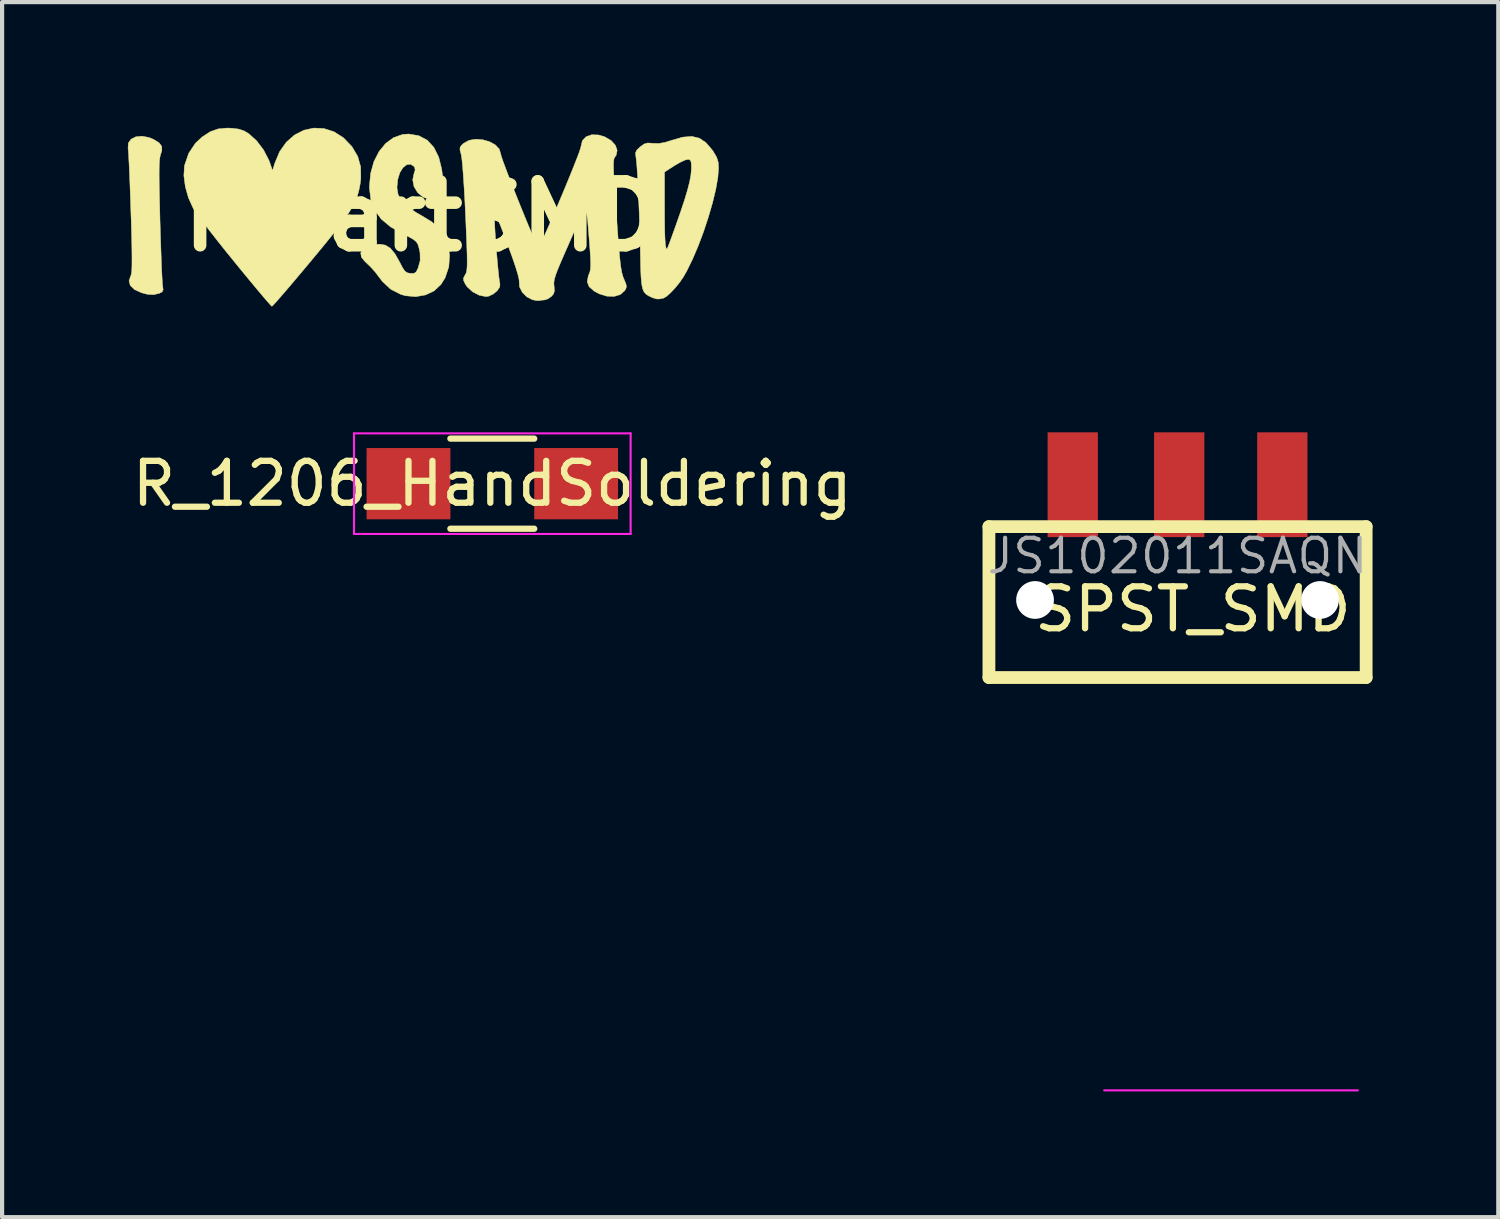
<source format=kicad_pcb>
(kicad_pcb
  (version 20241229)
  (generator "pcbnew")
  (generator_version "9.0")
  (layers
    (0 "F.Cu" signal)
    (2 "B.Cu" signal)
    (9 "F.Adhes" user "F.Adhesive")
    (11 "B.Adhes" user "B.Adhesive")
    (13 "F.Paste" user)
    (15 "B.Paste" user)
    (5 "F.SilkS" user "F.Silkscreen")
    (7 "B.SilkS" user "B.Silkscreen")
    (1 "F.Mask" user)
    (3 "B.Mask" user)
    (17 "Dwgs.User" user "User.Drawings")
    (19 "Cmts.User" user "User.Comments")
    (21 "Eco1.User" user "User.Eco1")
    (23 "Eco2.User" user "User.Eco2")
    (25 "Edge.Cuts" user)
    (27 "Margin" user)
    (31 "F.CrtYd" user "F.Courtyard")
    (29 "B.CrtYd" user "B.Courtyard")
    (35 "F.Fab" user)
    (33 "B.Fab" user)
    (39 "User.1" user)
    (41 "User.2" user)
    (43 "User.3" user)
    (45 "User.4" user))
  (footprint "IheartSMD"
    (layer "F.Cu")
    (at 7.022 2.112)
    (property "Reference" "IheartSMD" (at 0 0 0) (layer "F.SilkS") (effects (font (size 1.524 1.524) (thickness 0.3))))
    (attr through_hole)
    (fp_poly (pts (xy -6.519 -1.882) (xy -6.409 -1.837) (xy -6.277 -1.755) (xy -6.213 -1.671) (xy -6.211 -1.568) (xy -6.237 -1.486) (xy -6.251 -1.439) (xy -6.262 -1.373) (xy -6.27 -1.28) (xy -6.274 -1.153) (xy -6.275 -0.984) (xy -6.273 -0.765) (xy -6.268 -0.487) (xy -6.26 -0.144) (xy -6.255 0.078) (xy -6.245 0.411) (xy -6.235 0.724) (xy -6.225 1.008) (xy -6.216 1.252) (xy -6.206 1.448) (xy -6.198 1.585) (xy -6.192 1.65) (xy -6.18 1.749) (xy -6.201 1.8) (xy -6.267 1.835) (xy -6.27 1.836) (xy -6.406 1.869) (xy -6.553 1.86) (xy -6.692 1.824) (xy -6.863 1.747) (xy -6.964 1.65) (xy -6.993 1.535) (xy -6.949 1.411) (xy -6.937 1.371) (xy -6.928 1.294) (xy -6.924 1.172) (xy -6.923 1) (xy -6.925 0.771) (xy -6.931 0.48) (xy -6.941 0.119) (xy -6.948 -0.084) (xy -6.959 -0.414) (xy -6.97 -0.725) (xy -6.981 -1.005) (xy -6.992 -1.245) (xy -7.002 -1.435) (xy -7.01 -1.566) (xy -7.017 -1.626) (xy -7.01 -1.75) (xy -6.944 -1.842) (xy -6.831 -1.898) (xy -6.684 -1.913) (xy -6.519 -1.882)) (stroke (width 0.01) (type solid)) (fill yes) (layer "F.SilkS"))
    (fp_poly (pts (xy -2.344 -2.096) (xy -2.105 -2.02) (xy -1.879 -1.877) (xy -1.676 -1.665) (xy -1.672 -1.66) (xy -1.536 -1.429) (xy -1.467 -1.18) (xy -1.463 -0.9) (xy -1.48 -0.766) (xy -1.507 -0.63) (xy -1.541 -0.503) (xy -1.588 -0.378) (xy -1.653 -0.246) (xy -1.74 -0.101) (xy -1.854 0.066) (xy -2.001 0.263) (xy -2.185 0.496) (xy -2.411 0.773) (xy -2.656 1.068) (xy -2.864 1.317) (xy -3.056 1.545) (xy -3.227 1.746) (xy -3.372 1.914) (xy -3.483 2.041) (xy -3.557 2.121) (xy -3.585 2.147) (xy -3.616 2.118) (xy -3.69 2.034) (xy -3.802 1.904) (xy -3.945 1.734) (xy -4.114 1.53) (xy -4.303 1.301) (xy -4.474 1.091) (xy -4.683 0.834) (xy -4.881 0.585) (xy -5.061 0.355) (xy -5.217 0.151) (xy -5.342 -0.016) (xy -5.428 -0.139) (xy -5.463 -0.194) (xy -5.576 -0.443) (xy -5.651 -0.71) (xy -5.685 -0.971) (xy -5.672 -1.201) (xy -5.668 -1.219) (xy -5.57 -1.504) (xy -5.41 -1.745) (xy -5.252 -1.892) (xy -5.057 -2.019) (xy -4.867 -2.087) (xy -4.65 -2.107) (xy -4.549 -2.103) (xy -4.38 -2.083) (xy -4.251 -2.041) (xy -4.136 -1.972) (xy -3.949 -1.803) (xy -3.783 -1.584) (xy -3.657 -1.341) (xy -3.638 -1.291) (xy -3.569 -1.093) (xy -3.519 -1.26) (xy -3.401 -1.543) (xy -3.24 -1.771) (xy -3.044 -1.942) (xy -2.823 -2.055) (xy -2.586 -2.107) (xy -2.344 -2.096)) (stroke (width 0.01) (type solid)) (fill yes) (layer "F.SilkS"))
    (fp_poly (pts (xy 6.611 -1.866) (xy 6.769 -1.761) (xy 6.916 -1.59) (xy 6.946 -1.548) (xy 7.026 -1.413) (xy 7.064 -1.292) (xy 7.073 -1.151) (xy 7.055 -0.924) (xy 7.006 -0.644) (xy 6.929 -0.326) (xy 6.83 0.015) (xy 6.715 0.364) (xy 6.587 0.705) (xy 6.451 1.024) (xy 6.314 1.303) (xy 6.234 1.444) (xy 6.145 1.574) (xy 6.038 1.706) (xy 5.928 1.823) (xy 5.83 1.91) (xy 5.758 1.952) (xy 5.747 1.954) (xy 5.68 1.966) (xy 5.66 1.972) (xy 5.59 1.97) (xy 5.493 1.94) (xy 5.49 1.938) (xy 5.405 1.898) (xy 5.339 1.855) (xy 5.291 1.798) (xy 5.258 1.718) (xy 5.236 1.603) (xy 5.222 1.443) (xy 5.213 1.226) (xy 5.207 0.943) (xy 5.207 0.926) (xy 5.2 0.594) (xy 5.19 0.255) (xy 5.179 -0.081) (xy 5.166 -0.403) (xy 5.153 -0.7) (xy 5.139 -0.962) (xy 5.133 -1.057) (xy 5.783 -1.057) (xy 5.783 -0.199) (xy 5.785 0.12) (xy 5.788 0.368) (xy 5.795 0.552) (xy 5.805 0.677) (xy 5.818 0.751) (xy 5.836 0.78) (xy 5.841 0.782) (xy 5.857 0.747) (xy 5.895 0.651) (xy 5.948 0.507) (xy 6.013 0.327) (xy 6.05 0.225) (xy 6.171 -0.122) (xy 6.265 -0.406) (xy 6.334 -0.637) (xy 6.382 -0.826) (xy 6.411 -0.98) (xy 6.423 -1.111) (xy 6.424 -1.133) (xy 6.423 -1.258) (xy 6.409 -1.325) (xy 6.375 -1.354) (xy 6.349 -1.36) (xy 6.278 -1.345) (xy 6.167 -1.295) (xy 6.038 -1.221) (xy 6.026 -1.214) (xy 5.783 -1.057) (xy 5.133 -1.057) (xy 5.125 -1.178) (xy 5.111 -1.337) (xy 5.099 -1.429) (xy 5.099 -1.43) (xy 5.091 -1.515) (xy 5.122 -1.582) (xy 5.201 -1.658) (xy 5.295 -1.726) (xy 5.381 -1.751) (xy 5.5 -1.744) (xy 5.508 -1.743) (xy 5.643 -1.738) (xy 5.79 -1.764) (xy 5.959 -1.816) (xy 6.218 -1.89) (xy 6.432 -1.908) (xy 6.611 -1.866)) (stroke (width 0.01) (type solid)) (fill yes) (layer "F.SilkS"))
    (fp_poly (pts (xy -0.082 -1.925) (xy 0.12 -1.819) (xy 0.279 -1.647) (xy 0.396 -1.412) (xy 0.466 -1.132) (xy 0.5 -0.863) (xy 0.502 -0.66) (xy 0.468 -0.518) (xy 0.399 -0.433) (xy 0.29 -0.399) (xy 0.187 -0.403) (xy 0.023 -0.458) (xy -0.108 -0.567) (xy -0.194 -0.71) (xy -0.225 -0.871) (xy -0.196 -1.014) (xy -0.167 -1.109) (xy -0.181 -1.172) (xy -0.195 -1.192) (xy -0.278 -1.245) (xy -0.369 -1.232) (xy -0.458 -1.162) (xy -0.532 -1.043) (xy -0.581 -0.884) (xy -0.601 -0.689) (xy -0.574 -0.523) (xy -0.495 -0.376) (xy -0.357 -0.237) (xy -0.153 -0.097) (xy -0.015 -0.018) (xy 0.224 0.127) (xy 0.397 0.272) (xy 0.517 0.428) (xy 0.597 0.609) (xy 0.604 0.632) (xy 0.655 0.924) (xy 0.636 1.206) (xy 0.548 1.466) (xy 0.45 1.624) (xy 0.287 1.777) (xy 0.08 1.875) (xy -0.154 1.916) (xy -0.399 1.894) (xy -0.512 1.861) (xy -0.748 1.74) (xy -0.946 1.557) (xy -1.023 1.456) (xy -1.121 1.327) (xy -1.23 1.206) (xy -1.278 1.16) (xy -1.369 1.072) (xy -1.436 0.991) (xy -1.449 0.972) (xy -1.466 0.874) (xy -1.415 0.786) (xy -1.307 0.718) (xy -1.153 0.675) (xy -1.012 0.664) (xy -0.877 0.687) (xy -0.759 0.76) (xy -0.649 0.892) (xy -0.536 1.093) (xy -0.535 1.094) (xy -0.466 1.228) (xy -0.412 1.306) (xy -0.358 1.345) (xy -0.29 1.36) (xy -0.282 1.36) (xy -0.194 1.36) (xy -0.141 1.323) (xy -0.097 1.235) (xy -0.047 1.054) (xy -0.051 0.866) (xy -0.081 0.73) (xy -0.106 0.658) (xy -0.144 0.602) (xy -0.211 0.549) (xy -0.321 0.487) (xy -0.46 0.418) (xy -0.755 0.25) (xy -0.978 0.063) (xy -1.132 -0.148) (xy -1.224 -0.392) (xy -1.257 -0.674) (xy -1.258 -0.716) (xy -1.229 -1.026) (xy -1.151 -1.306) (xy -1.029 -1.546) (xy -0.871 -1.74) (xy -0.681 -1.879) (xy -0.466 -1.954) (xy -0.323 -1.965) (xy -0.082 -1.925)) (stroke (width 0.01) (type solid)) (fill yes) (layer "F.SilkS"))
    (fp_poly (pts (xy 4.21 -1.942) (xy 4.355 -1.899) (xy 4.51 -1.808) (xy 4.611 -1.696) (xy 4.653 -1.575) (xy 4.629 -1.457) (xy 4.595 -1.41) (xy 4.581 -1.384) (xy 4.571 -1.339) (xy 4.566 -1.266) (xy 4.566 -1.159) (xy 4.571 -1.008) (xy 4.582 -0.808) (xy 4.598 -0.549) (xy 4.621 -0.224) (xy 4.635 -0.02) (xy 4.662 0.348) (xy 4.684 0.646) (xy 4.705 0.883) (xy 4.723 1.068) (xy 4.741 1.211) (xy 4.759 1.318) (xy 4.779 1.4) (xy 4.801 1.465) (xy 4.813 1.493) (xy 4.86 1.604) (xy 4.875 1.674) (xy 4.859 1.73) (xy 4.831 1.775) (xy 4.727 1.867) (xy 4.58 1.91) (xy 4.406 1.904) (xy 4.223 1.848) (xy 4.103 1.783) (xy 3.984 1.678) (xy 3.939 1.563) (xy 3.963 1.423) (xy 3.982 1.377) (xy 4.004 1.318) (xy 4.017 1.247) (xy 4.021 1.15) (xy 4.018 1.014) (xy 4.006 0.824) (xy 3.992 0.634) (xy 3.969 0.343) (xy 3.951 0.123) (xy 3.932 -0.026) (xy 3.908 -0.105) (xy 3.873 -0.114) (xy 3.824 -0.052) (xy 3.756 0.08) (xy 3.664 0.283) (xy 3.543 0.556) (xy 3.511 0.629) (xy 3.389 0.906) (xy 3.296 1.12) (xy 3.228 1.284) (xy 3.183 1.407) (xy 3.156 1.499) (xy 3.144 1.569) (xy 3.144 1.628) (xy 3.148 1.663) (xy 3.157 1.778) (xy 3.134 1.853) (xy 3.083 1.91) (xy 2.999 1.969) (xy 2.927 1.993) (xy 2.836 2.002) (xy 2.807 2.009) (xy 2.735 2.01) (xy 2.634 1.99) (xy 2.631 1.989) (xy 2.496 1.92) (xy 2.388 1.811) (xy 2.324 1.683) (xy 2.317 1.585) (xy 2.313 1.512) (xy 2.285 1.39) (xy 2.232 1.214) (xy 2.151 0.977) (xy 2.041 0.675) (xy 2.037 0.664) (xy 1.939 0.403) (xy 1.864 0.208) (xy 1.808 0.074) (xy 1.77 -0.005) (xy 1.746 -0.037) (xy 1.732 -0.027) (xy 1.727 0.001) (xy 1.726 0.088) (xy 1.732 0.232) (xy 1.743 0.419) (xy 1.757 0.632) (xy 1.775 0.857) (xy 1.794 1.078) (xy 1.813 1.28) (xy 1.831 1.447) (xy 1.846 1.563) (xy 1.857 1.611) (xy 1.85 1.689) (xy 1.79 1.776) (xy 1.696 1.854) (xy 1.587 1.905) (xy 1.523 1.915) (xy 1.362 1.882) (xy 1.201 1.798) (xy 1.072 1.679) (xy 1.032 1.62) (xy 0.989 1.53) (xy 0.987 1.47) (xy 1.024 1.4) (xy 1.028 1.393) (xy 1.046 1.361) (xy 1.059 1.32) (xy 1.068 1.262) (xy 1.073 1.178) (xy 1.074 1.059) (xy 1.072 0.898) (xy 1.065 0.685) (xy 1.054 0.413) (xy 1.04 0.073) (xy 1.036 -0.008) (xy 1.02 -0.353) (xy 1.002 -0.669) (xy 0.984 -0.947) (xy 0.967 -1.177) (xy 0.95 -1.351) (xy 0.934 -1.459) (xy 0.93 -1.479) (xy 0.902 -1.586) (xy 0.906 -1.651) (xy 0.948 -1.706) (xy 0.99 -1.743) (xy 1.119 -1.814) (xy 1.277 -1.841) (xy 1.445 -1.828) (xy 1.607 -1.782) (xy 1.744 -1.707) (xy 1.839 -1.608) (xy 1.875 -1.49) (xy 1.875 -1.488) (xy 1.889 -1.432) (xy 1.928 -1.318) (xy 1.988 -1.156) (xy 2.064 -0.956) (xy 2.152 -0.73) (xy 2.248 -0.489) (xy 2.347 -0.242) (xy 2.445 -0.001) (xy 2.538 0.224) (xy 2.621 0.421) (xy 2.691 0.58) (xy 2.742 0.69) (xy 2.77 0.74) (xy 2.773 0.742) (xy 2.798 0.708) (xy 2.847 0.611) (xy 2.916 0.462) (xy 3.002 0.271) (xy 3.099 0.049) (xy 3.204 -0.195) (xy 3.311 -0.449) (xy 3.418 -0.704) (xy 3.519 -0.95) (xy 3.61 -1.175) (xy 3.687 -1.371) (xy 3.746 -1.526) (xy 3.781 -1.631) (xy 3.79 -1.671) (xy 3.823 -1.807) (xy 3.912 -1.9) (xy 4.045 -1.947) (xy 4.21 -1.942)) (stroke (width 0.01) (type solid)) (fill yes) (layer "F.SilkS")))
  (footprint "SPST_SMD"
    (layer "F.Cu")
    (at 25.045 8.515)
    (property "Reference" "SPST_SMD" (at 0.365 2.97 0) (layer "F.SilkS") (effects (font (size 1 1) (thickness 0.15))))
    (attr through_hole)
    (fp_line (start -4.5 1) (end -4.5 4.6) (stroke (width 0.305) (type solid)) (layer "F.SilkS"))
    (fp_line (start -4.5 1) (end 4.5 1) (stroke (width 0.305) (type solid)) (layer "F.SilkS"))
    (fp_line (start -4.5 4.6) (end 4.5 4.6) (stroke (width 0.305) (type solid)) (layer "F.SilkS"))
    (fp_line (start 4.5 1) (end 4.5 4.6) (stroke (width 0.305) (type solid)) (layer "F.SilkS"))
    (fp_line (start -1.75 14.45) (end 4.3 14.45) (stroke (width 0.05) (type solid)) (layer "F.CrtYd"))
    (fp_text user "JS102011SAQN" (at 0 1.7 0) (layer "F.Fab") (effects (font (size 0.8 0.8) (thickness 0.1))))
    (pad "" np_thru_hole circle (at -3.4 2.75) (size 0.9 0.9) (drill 0.9) (layers "*.Cu" "*.Mask"))
    (pad "" np_thru_hole circle (at 3.4 2.75) (size 0.9 0.9) (drill 0.9) (layers "*.Cu" "*.Mask"))
    (pad "1" smd rect (at -2.5 0) (size 1.2 2.5) (layers "F.Cu" "F.Mask" "F.Paste"))
    (pad "2" smd rect (at 0.04 0) (size 1.2 2.5) (layers "F.Cu" "F.Mask" "F.Paste"))
    (pad "3" smd rect (at 2.5 0) (size 1.2 2.5) (layers "F.Cu" "F.Mask" "F.Paste")))
  (footprint "R_1206_HandSoldering"
    (layer "F.Cu")
    (at 8.696 8.49)
    (property "Reference" "R_1206_HandSoldering" (at 0 0 0) (layer "F.SilkS") (effects (font (size 1 1) (thickness 0.15))))
    (attr smd)
    (fp_line (start -1 -1.075) (end 1 -1.075) (stroke (width 0.15) (type solid)) (layer "F.SilkS"))
    (fp_line (start 1 1.075) (end -1 1.075) (stroke (width 0.15) (type solid)) (layer "F.SilkS"))
    (fp_line (start -3.3 -1.2) (end -3.3 1.2) (stroke (width 0.05) (type solid)) (layer "F.CrtYd"))
    (fp_line (start -3.3 -1.2) (end 3.3 -1.2) (stroke (width 0.05) (type solid)) (layer "F.CrtYd"))
    (fp_line (start -3.3 1.2) (end 3.3 1.2) (stroke (width 0.05) (type solid)) (layer "F.CrtYd"))
    (fp_line (start 3.3 -1.2) (end 3.3 1.2) (stroke (width 0.05) (type solid)) (layer "F.CrtYd"))
    (pad "1" smd rect (at -2 0) (size 2 1.7) (layers "F.Cu" "F.Mask" "F.Paste"))
    (pad "2" smd rect (at 2 0) (size 2 1.7) (layers "F.Cu" "F.Mask" "F.Paste")))
  (gr_rect
    (start -3 -3)
    (end 32.698 25.99)
    (stroke (width 0.1) (type default))
    (fill no)
    (layer "Edge.Cuts")))
</source>
